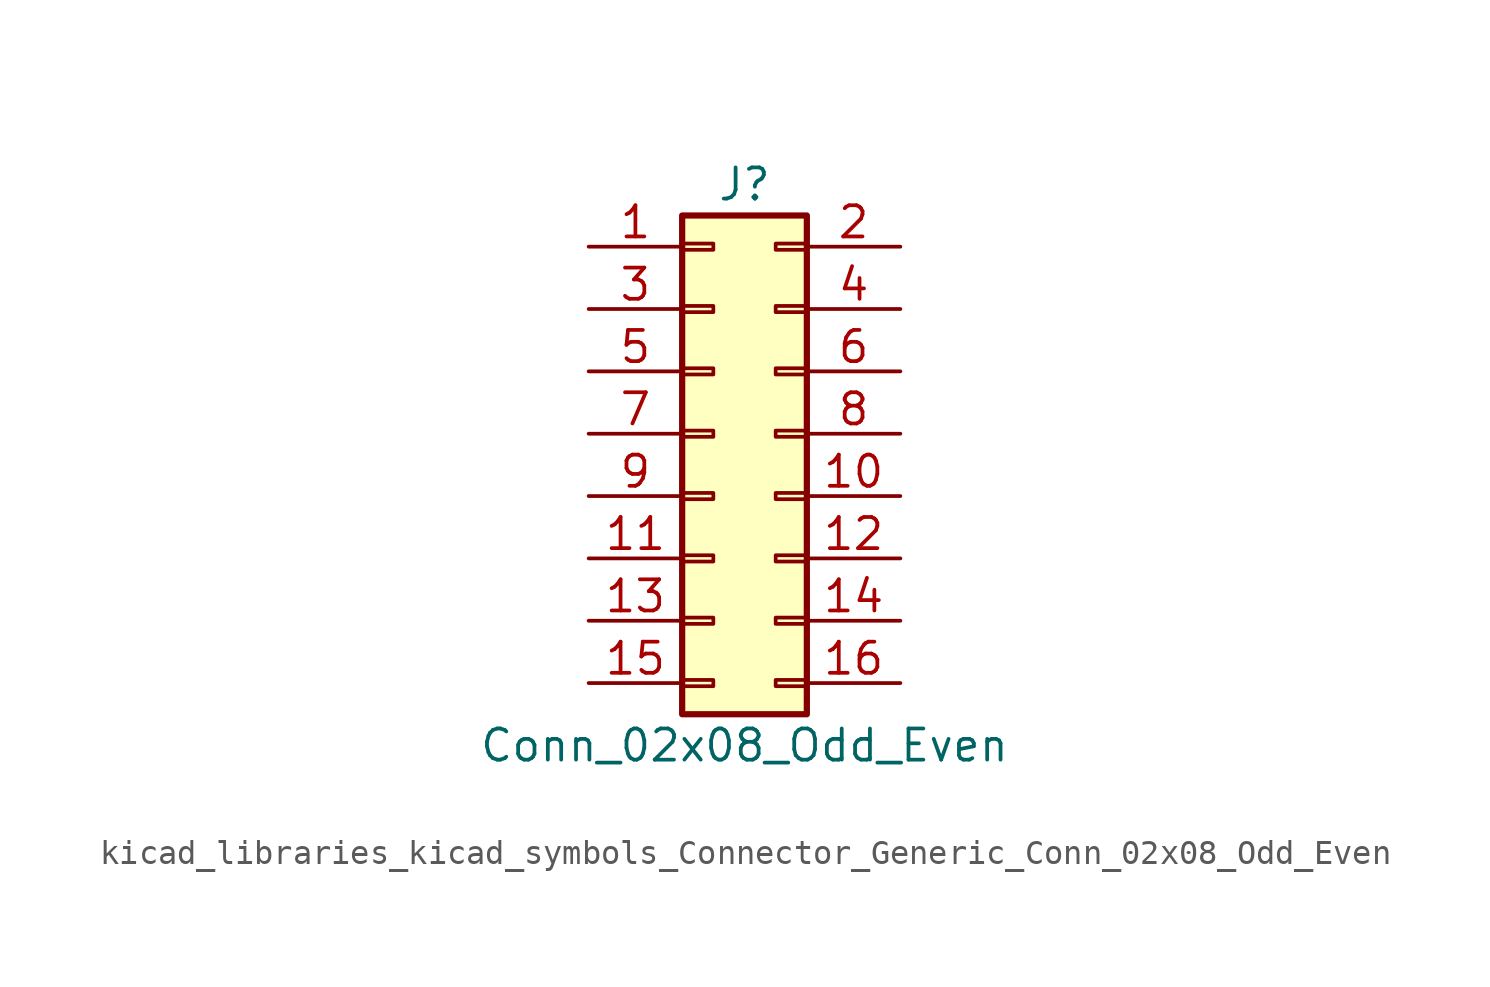
<source format=kicad_sym>
(kicad_symbol_lib
  (version 20220914)
  (generator kicad_symbol_editor)
  (symbol "kicad_libraries_kicad_symbols_Connector_Generic_Conn_02x08_Odd_Even"
    (pin_names
      (offset 1.016) hide)
    (property "Reference" "J"
      (at 1.27 10.16 0)
      (effects (font (size 1.27 1.27))))
    (property "Value" "Conn_02x08_Odd_Even"
      (at 1.27 -12.7 0)
      (effects (font (size 1.27 1.27))))
    (symbol "kicad_libraries_kicad_symbols_Connector_Generic_Conn_02x08_Odd_Even_1_1"
      (rectangle (start -1.27 -10.033) (end 0 -10.287) (stroke (width 0.152) (type default)) (fill (type none)))
      (rectangle (start -1.27 -7.493) (end 0 -7.747) (stroke (width 0.152) (type default)) (fill (type none)))
      (rectangle (start -1.27 -4.953) (end 0 -5.207) (stroke (width 0.152) (type default)) (fill (type none)))
      (rectangle (start -1.27 -2.413) (end 0 -2.667) (stroke (width 0.152) (type default)) (fill (type none)))
      (rectangle (start -1.27 0.127) (end 0 -0.127) (stroke (width 0.152) (type default)) (fill (type none)))
      (rectangle (start -1.27 2.667) (end 0 2.413) (stroke (width 0.152) (type default)) (fill (type none)))
      (rectangle (start -1.27 5.207) (end 0 4.953) (stroke (width 0.152) (type default)) (fill (type none)))
      (rectangle (start -1.27 7.747) (end 0 7.493) (stroke (width 0.152) (type default)) (fill (type none)))
      (rectangle (start -1.27 8.89) (end 3.81 -11.43) (stroke (width 0.254) (type default)) (fill (type background)))
      (rectangle (start 3.81 -10.033) (end 2.54 -10.287) (stroke (width 0.152) (type default)) (fill (type none)))
      (rectangle (start 3.81 -7.493) (end 2.54 -7.747) (stroke (width 0.152) (type default)) (fill (type none)))
      (rectangle (start 3.81 -4.953) (end 2.54 -5.207) (stroke (width 0.152) (type default)) (fill (type none)))
      (rectangle (start 3.81 -2.413) (end 2.54 -2.667) (stroke (width 0.152) (type default)) (fill (type none)))
      (rectangle (start 3.81 0.127) (end 2.54 -0.127) (stroke (width 0.152) (type default)) (fill (type none)))
      (rectangle (start 3.81 2.667) (end 2.54 2.413) (stroke (width 0.152) (type default)) (fill (type none)))
      (rectangle (start 3.81 5.207) (end 2.54 4.953) (stroke (width 0.152) (type default)) (fill (type none)))
      (rectangle (start 3.81 7.747) (end 2.54 7.493) (stroke (width 0.152) (type default)) (fill (type none)))
      (pin passive line (at -5.08 7.62 0) (length 3.81) (name "Pin_1" (effects (font (size 1.27 1.27)))) (number "1" (effects (font (size 1.27 1.27)))))
      (pin passive line (at 7.62 -2.54 180) (length 3.81) (name "Pin_10" (effects (font (size 1.27 1.27)))) (number "10" (effects (font (size 1.27 1.27)))))
      (pin passive line (at -5.08 -5.08 0) (length 3.81) (name "Pin_11" (effects (font (size 1.27 1.27)))) (number "11" (effects (font (size 1.27 1.27)))))
      (pin passive line (at 7.62 -5.08 180) (length 3.81) (name "Pin_12" (effects (font (size 1.27 1.27)))) (number "12" (effects (font (size 1.27 1.27)))))
      (pin passive line (at -5.08 -7.62 0) (length 3.81) (name "Pin_13" (effects (font (size 1.27 1.27)))) (number "13" (effects (font (size 1.27 1.27)))))
      (pin passive line (at 7.62 -7.62 180) (length 3.81) (name "Pin_14" (effects (font (size 1.27 1.27)))) (number "14" (effects (font (size 1.27 1.27)))))
      (pin passive line (at -5.08 -10.16 0) (length 3.81) (name "Pin_15" (effects (font (size 1.27 1.27)))) (number "15" (effects (font (size 1.27 1.27)))))
      (pin passive line (at 7.62 -10.16 180) (length 3.81) (name "Pin_16" (effects (font (size 1.27 1.27)))) (number "16" (effects (font (size 1.27 1.27)))))
      (pin passive line (at 7.62 7.62 180) (length 3.81) (name "Pin_2" (effects (font (size 1.27 1.27)))) (number "2" (effects (font (size 1.27 1.27)))))
      (pin passive line (at -5.08 5.08 0) (length 3.81) (name "Pin_3" (effects (font (size 1.27 1.27)))) (number "3" (effects (font (size 1.27 1.27)))))
      (pin passive line (at 7.62 5.08 180) (length 3.81) (name "Pin_4" (effects (font (size 1.27 1.27)))) (number "4" (effects (font (size 1.27 1.27)))))
      (pin passive line (at -5.08 2.54 0) (length 3.81) (name "Pin_5" (effects (font (size 1.27 1.27)))) (number "5" (effects (font (size 1.27 1.27)))))
      (pin passive line (at 7.62 2.54 180) (length 3.81) (name "Pin_6" (effects (font (size 1.27 1.27)))) (number "6" (effects (font (size 1.27 1.27)))))
      (pin passive line (at -5.08 0 0) (length 3.81) (name "Pin_7" (effects (font (size 1.27 1.27)))) (number "7" (effects (font (size 1.27 1.27)))))
      (pin passive line (at 7.62 0 180) (length 3.81) (name "Pin_8" (effects (font (size 1.27 1.27)))) (number "8" (effects (font (size 1.27 1.27)))))
      (pin passive line (at -5.08 -2.54 0) (length 3.81) (name "Pin_9" (effects (font (size 1.27 1.27)))) (number "9" (effects (font (size 1.27 1.27))))))))
</source>
